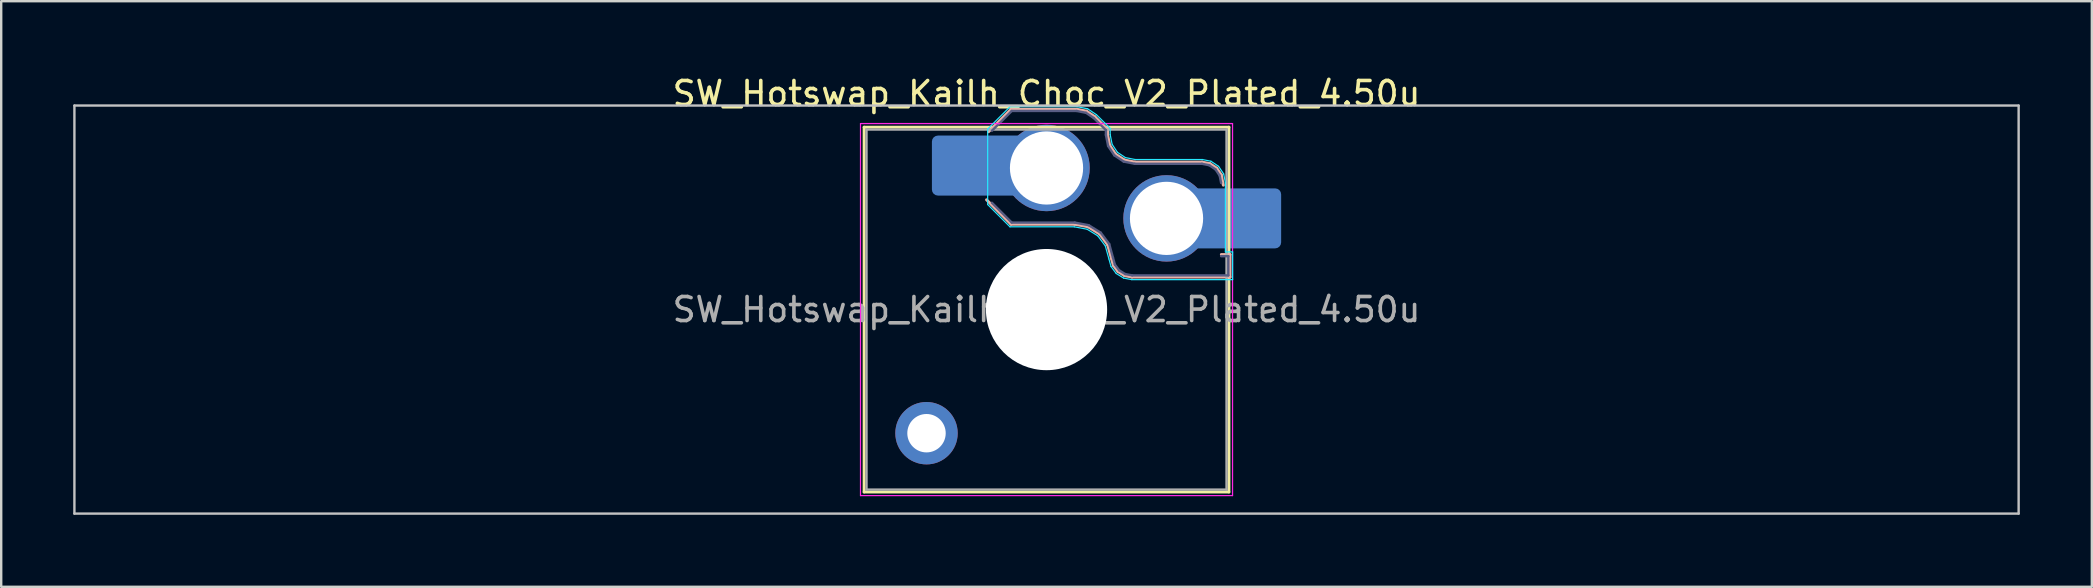
<source format=kicad_pcb>
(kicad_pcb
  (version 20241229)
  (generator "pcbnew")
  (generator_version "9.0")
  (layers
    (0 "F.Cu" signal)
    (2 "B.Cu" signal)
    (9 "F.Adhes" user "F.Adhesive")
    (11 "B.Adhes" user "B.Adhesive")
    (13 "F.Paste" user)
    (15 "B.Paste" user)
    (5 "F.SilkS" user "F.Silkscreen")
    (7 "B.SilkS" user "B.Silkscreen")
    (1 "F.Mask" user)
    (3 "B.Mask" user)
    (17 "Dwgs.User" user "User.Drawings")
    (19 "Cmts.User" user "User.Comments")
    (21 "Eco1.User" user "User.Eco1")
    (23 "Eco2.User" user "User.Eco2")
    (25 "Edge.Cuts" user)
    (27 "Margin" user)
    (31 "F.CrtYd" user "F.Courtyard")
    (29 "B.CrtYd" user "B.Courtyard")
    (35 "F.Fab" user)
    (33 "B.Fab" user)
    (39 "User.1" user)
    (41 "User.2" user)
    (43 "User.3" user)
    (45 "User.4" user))
  (footprint "SW_Hotswap_Kailh_Choc_V2_Plated_4.50u"
    (layer "F.Cu")
    (at 40.55 9.848)
    (property "Reference" "SW_Hotswap_Kailh_Choc_V2_Plated_4.50u" (at 0 -9 0) (layer "F.SilkS") (effects (font (size 1 1) (thickness 0.15))))
    (attr smd)
    (fp_line (start -7.6 -7.6) (end -7.6 7.6) (stroke (width 0.12) (type solid)) (layer "F.SilkS"))
    (fp_line (start -7.6 7.6) (end 7.6 7.6) (stroke (width 0.12) (type solid)) (layer "F.SilkS"))
    (fp_line (start 7.6 -7.6) (end -7.6 -7.6) (stroke (width 0.12) (type solid)) (layer "F.SilkS"))
    (fp_line (start 7.6 7.6) (end 7.6 -7.6) (stroke (width 0.12) (type solid)) (layer "F.SilkS"))
    (fp_line (start -2.416 -7.409) (end -1.479 -8.346) (stroke (width 0.12) (type solid)) (layer "B.SilkS"))
    (fp_line (start -1.479 -8.346) (end 1.268 -8.346) (stroke (width 0.12) (type solid)) (layer "B.SilkS"))
    (fp_line (start -1.479 -3.554) (end -2.5 -4.575) (stroke (width 0.12) (type solid)) (layer "B.SilkS"))
    (fp_line (start 1.168 -3.554) (end -1.479 -3.554) (stroke (width 0.12) (type solid)) (layer "B.SilkS"))
    (fp_line (start 1.268 -8.346) (end 1.671 -8.266) (stroke (width 0.12) (type solid)) (layer "B.SilkS"))
    (fp_line (start 1.671 -8.266) (end 2.013 -8.037) (stroke (width 0.12) (type solid)) (layer "B.SilkS"))
    (fp_line (start 1.73 -3.449) (end 1.168 -3.554) (stroke (width 0.12) (type solid)) (layer "B.SilkS"))
    (fp_line (start 2.013 -8.037) (end 2.546 -7.504) (stroke (width 0.12) (type solid)) (layer "B.SilkS"))
    (fp_line (start 2.209 -3.15) (end 1.73 -3.449) (stroke (width 0.12) (type solid)) (layer "B.SilkS"))
    (fp_line (start 2.546 -7.504) (end 2.546 -7.282) (stroke (width 0.12) (type solid)) (layer "B.SilkS"))
    (fp_line (start 2.546 -7.282) (end 2.633 -6.844) (stroke (width 0.12) (type solid)) (layer "B.SilkS"))
    (fp_line (start 2.547 -2.697) (end 2.209 -3.15) (stroke (width 0.12) (type solid)) (layer "B.SilkS"))
    (fp_line (start 2.633 -6.844) (end 2.877 -6.477) (stroke (width 0.12) (type solid)) (layer "B.SilkS"))
    (fp_line (start 2.701 -2.139) (end 2.547 -2.697) (stroke (width 0.12) (type solid)) (layer "B.SilkS"))
    (fp_line (start 2.783 -1.841) (end 2.701 -2.139) (stroke (width 0.12) (type solid)) (layer "B.SilkS"))
    (fp_line (start 2.877 -6.477) (end 3.244 -6.233) (stroke (width 0.12) (type solid)) (layer "B.SilkS"))
    (fp_line (start 2.976 -1.583) (end 2.783 -1.841) (stroke (width 0.12) (type solid)) (layer "B.SilkS"))
    (fp_line (start 3.244 -6.233) (end 3.682 -6.146) (stroke (width 0.12) (type solid)) (layer "B.SilkS"))
    (fp_line (start 3.25 -1.413) (end 2.976 -1.583) (stroke (width 0.12) (type solid)) (layer "B.SilkS"))
    (fp_line (start 3.56 -1.354) (end 3.25 -1.413) (stroke (width 0.12) (type solid)) (layer "B.SilkS"))
    (fp_line (start 3.682 -6.146) (end 6.482 -6.146) (stroke (width 0.12) (type solid)) (layer "B.SilkS"))
    (fp_line (start 6.482 -6.146) (end 6.809 -6.081) (stroke (width 0.12) (type solid)) (layer "B.SilkS"))
    (fp_line (start 6.809 -6.081) (end 7.092 -5.892) (stroke (width 0.12) (type solid)) (layer "B.SilkS"))
    (fp_line (start 7.092 -5.892) (end 7.281 -5.609) (stroke (width 0.12) (type solid)) (layer "B.SilkS"))
    (fp_line (start 7.281 -5.609) (end 7.366 -5.182) (stroke (width 0.12) (type solid)) (layer "B.SilkS"))
    (fp_line (start 7.283 -2.296) (end 7.646 -2.296) (stroke (width 0.12) (type solid)) (layer "B.SilkS"))
    (fp_line (start 7.646 -2.296) (end 7.646 -1.354) (stroke (width 0.12) (type solid)) (layer "B.SilkS"))
    (fp_line (start 7.646 -1.354) (end 3.56 -1.354) (stroke (width 0.12) (type solid)) (layer "B.SilkS"))
    (fp_line (start -40.5 -8.5) (end -40.5 8.5) (stroke (width 0.1) (type solid)) (layer "Dwgs.User"))
    (fp_line (start -40.5 8.5) (end 40.5 8.5) (stroke (width 0.1) (type solid)) (layer "Dwgs.User"))
    (fp_line (start 40.5 -8.5) (end -40.5 -8.5) (stroke (width 0.1) (type solid)) (layer "Dwgs.User"))
    (fp_line (start 40.5 8.5) (end 40.5 -8.5) (stroke (width 0.1) (type solid)) (layer "Dwgs.User"))
    (fp_line (start -7.25 -7.25) (end -7.25 7.25) (stroke (width 0.1) (type solid)) (layer "Eco1.User"))
    (fp_line (start -7.25 7.25) (end 7.25 7.25) (stroke (width 0.1) (type solid)) (layer "Eco1.User"))
    (fp_line (start 7.25 -7.25) (end -7.25 -7.25) (stroke (width 0.1) (type solid)) (layer "Eco1.User"))
    (fp_line (start 7.25 7.25) (end 7.25 -7.25) (stroke (width 0.1) (type solid)) (layer "Eco1.User"))
    (fp_line (start -2.452 -7.523) (end -1.523 -8.452) (stroke (width 0.05) (type solid)) (layer "B.CrtYd"))
    (fp_line (start -2.452 -4.377) (end -2.452 -7.523) (stroke (width 0.05) (type solid)) (layer "B.CrtYd"))
    (fp_line (start -1.523 -8.452) (end 1.278 -8.452) (stroke (width 0.05) (type solid)) (layer "B.CrtYd"))
    (fp_line (start -1.523 -3.448) (end -2.452 -4.377) (stroke (width 0.05) (type solid)) (layer "B.CrtYd"))
    (fp_line (start 1.159 -3.448) (end -1.523 -3.448) (stroke (width 0.05) (type solid)) (layer "B.CrtYd"))
    (fp_line (start 1.278 -8.452) (end 1.712 -8.366) (stroke (width 0.05) (type solid)) (layer "B.CrtYd"))
    (fp_line (start 1.691 -3.348) (end 1.159 -3.448) (stroke (width 0.05) (type solid)) (layer "B.CrtYd"))
    (fp_line (start 1.712 -8.366) (end 2.081 -8.119) (stroke (width 0.05) (type solid)) (layer "B.CrtYd"))
    (fp_line (start 2.081 -8.119) (end 2.652 -7.548) (stroke (width 0.05) (type solid)) (layer "B.CrtYd"))
    (fp_line (start 2.136 -3.071) (end 1.691 -3.348) (stroke (width 0.05) (type solid)) (layer "B.CrtYd"))
    (fp_line (start 2.45 -2.65) (end 2.136 -3.071) (stroke (width 0.05) (type solid)) (layer "B.CrtYd"))
    (fp_line (start 2.599 -2.111) (end 2.45 -2.65) (stroke (width 0.05) (type solid)) (layer "B.CrtYd"))
    (fp_line (start 2.652 -7.548) (end 2.652 -7.292) (stroke (width 0.05) (type solid)) (layer "B.CrtYd"))
    (fp_line (start 2.652 -7.292) (end 2.733 -6.885) (stroke (width 0.05) (type solid)) (layer "B.CrtYd"))
    (fp_line (start 2.687 -1.794) (end 2.599 -2.111) (stroke (width 0.05) (type solid)) (layer "B.CrtYd"))
    (fp_line (start 2.733 -6.885) (end 2.953 -6.553) (stroke (width 0.05) (type solid)) (layer "B.CrtYd"))
    (fp_line (start 2.903 -1.503) (end 2.687 -1.794) (stroke (width 0.05) (type solid)) (layer "B.CrtYd"))
    (fp_line (start 2.953 -6.553) (end 3.285 -6.333) (stroke (width 0.05) (type solid)) (layer "B.CrtYd"))
    (fp_line (start 3.211 -1.312) (end 2.903 -1.503) (stroke (width 0.05) (type solid)) (layer "B.CrtYd"))
    (fp_line (start 3.285 -6.333) (end 3.692 -6.252) (stroke (width 0.05) (type solid)) (layer "B.CrtYd"))
    (fp_line (start 3.55 -1.248) (end 3.211 -1.312) (stroke (width 0.05) (type solid)) (layer "B.CrtYd"))
    (fp_line (start 3.692 -6.252) (end 6.492 -6.252) (stroke (width 0.05) (type solid)) (layer "B.CrtYd"))
    (fp_line (start 6.492 -6.252) (end 6.85 -6.181) (stroke (width 0.05) (type solid)) (layer "B.CrtYd"))
    (fp_line (start 6.85 -6.181) (end 7.168 -5.968) (stroke (width 0.05) (type solid)) (layer "B.CrtYd"))
    (fp_line (start 7.168 -5.968) (end 7.381 -5.65) (stroke (width 0.05) (type solid)) (layer "B.CrtYd"))
    (fp_line (start 7.381 -5.65) (end 7.452 -5.292) (stroke (width 0.05) (type solid)) (layer "B.CrtYd"))
    (fp_line (start 7.452 -5.292) (end 7.452 -2.402) (stroke (width 0.05) (type solid)) (layer "B.CrtYd"))
    (fp_line (start 7.452 -2.402) (end 7.752 -2.402) (stroke (width 0.05) (type solid)) (layer "B.CrtYd"))
    (fp_line (start 7.752 -2.402) (end 7.752 -1.248) (stroke (width 0.05) (type solid)) (layer "B.CrtYd"))
    (fp_line (start 7.752 -1.248) (end 3.55 -1.248) (stroke (width 0.05) (type solid)) (layer "B.CrtYd"))
    (fp_line (start -7.75 -7.75) (end -7.75 7.75) (stroke (width 0.05) (type solid)) (layer "F.CrtYd"))
    (fp_line (start -7.75 7.75) (end 7.75 7.75) (stroke (width 0.05) (type solid)) (layer "F.CrtYd"))
    (fp_line (start 7.75 -7.75) (end -7.75 -7.75) (stroke (width 0.05) (type solid)) (layer "F.CrtYd"))
    (fp_line (start 7.75 7.75) (end 7.75 -7.75) (stroke (width 0.05) (type solid)) (layer "F.CrtYd"))
    (fp_line (start -2.275 -7.45) (end -1.45 -8.275) (stroke (width 0.1) (type solid)) (layer "B.Fab"))
    (fp_line (start -1.45 -8.275) (end 1.261 -8.275) (stroke (width 0.1) (type solid)) (layer "B.Fab"))
    (fp_line (start -1.45 -3.625) (end -2.275 -4.45) (stroke (width 0.1) (type solid)) (layer "B.Fab"))
    (fp_line (start 1.175 -3.625) (end -1.45 -3.625) (stroke (width 0.1) (type solid)) (layer "B.Fab"))
    (fp_line (start 1.261 -8.275) (end 1.643 -8.199) (stroke (width 0.1) (type solid)) (layer "B.Fab"))
    (fp_line (start 1.643 -8.199) (end 1.968 -7.982) (stroke (width 0.1) (type solid)) (layer "B.Fab"))
    (fp_line (start 1.756 -3.516) (end 1.175 -3.625) (stroke (width 0.1) (type solid)) (layer "B.Fab"))
    (fp_line (start 1.968 -7.982) (end 2.475 -7.475) (stroke (width 0.1) (type solid)) (layer "B.Fab"))
    (fp_line (start 2.258 -3.203) (end 1.756 -3.516) (stroke (width 0.1) (type solid)) (layer "B.Fab"))
    (fp_line (start 2.475 -7.475) (end 2.475 -7.275) (stroke (width 0.1) (type solid)) (layer "B.Fab"))
    (fp_line (start 2.475 -7.275) (end 2.566 -6.816) (stroke (width 0.1) (type solid)) (layer "B.Fab"))
    (fp_line (start 2.566 -6.816) (end 2.826 -6.426) (stroke (width 0.1) (type solid)) (layer "B.Fab"))
    (fp_line (start 2.612 -2.729) (end 2.258 -3.203) (stroke (width 0.1) (type solid)) (layer "B.Fab"))
    (fp_line (start 2.769 -2.158) (end 2.612 -2.729) (stroke (width 0.1) (type solid)) (layer "B.Fab"))
    (fp_line (start 2.826 -6.426) (end 3.216 -6.166) (stroke (width 0.1) (type solid)) (layer "B.Fab"))
    (fp_line (start 2.848 -1.873) (end 2.769 -2.158) (stroke (width 0.1) (type solid)) (layer "B.Fab"))
    (fp_line (start 3.025 -1.636) (end 2.848 -1.873) (stroke (width 0.1) (type solid)) (layer "B.Fab"))
    (fp_line (start 3.216 -6.166) (end 3.675 -6.075) (stroke (width 0.1) (type solid)) (layer "B.Fab"))
    (fp_line (start 3.276 -1.48) (end 3.025 -1.636) (stroke (width 0.1) (type solid)) (layer "B.Fab"))
    (fp_line (start 3.567 -1.425) (end 3.276 -1.48) (stroke (width 0.1) (type solid)) (layer "B.Fab"))
    (fp_line (start 3.675 -6.075) (end 6.475 -6.075) (stroke (width 0.1) (type solid)) (layer "B.Fab"))
    (fp_line (start 6.475 -6.075) (end 6.781 -6.014) (stroke (width 0.1) (type solid)) (layer "B.Fab"))
    (fp_line (start 6.781 -6.014) (end 7.041 -5.841) (stroke (width 0.1) (type solid)) (layer "B.Fab"))
    (fp_line (start 7.041 -5.841) (end 7.214 -5.581) (stroke (width 0.1) (type solid)) (layer "B.Fab"))
    (fp_line (start 7.214 -5.581) (end 7.275 -5.275) (stroke (width 0.1) (type solid)) (layer "B.Fab"))
    (fp_line (start 7.275 -2.225) (end 7.575 -2.225) (stroke (width 0.1) (type solid)) (layer "B.Fab"))
    (fp_line (start 7.575 -2.225) (end 7.575 -1.425) (stroke (width 0.1) (type solid)) (layer "B.Fab"))
    (fp_line (start 7.575 -1.425) (end 3.567 -1.425) (stroke (width 0.1) (type solid)) (layer "B.Fab"))
    (fp_line (start -7.5 -7.5) (end -7.5 7.5) (stroke (width 0.1) (type solid)) (layer "F.Fab"))
    (fp_line (start -7.5 7.5) (end 7.5 7.5) (stroke (width 0.1) (type solid)) (layer "F.Fab"))
    (fp_line (start 7.5 -7.5) (end -7.5 -7.5) (stroke (width 0.1) (type solid)) (layer "F.Fab"))
    (fp_line (start 7.5 7.5) (end 7.5 -7.5) (stroke (width 0.1) (type solid)) (layer "F.Fab"))
    (fp_text user "${REFERENCE}" (at 0 0 0) (layer "F.Fab") (effects (font (size 1 1) (thickness 0.15))))
    (pad "" thru_hole circle (at -5 5.15) (size 2.6 2.6) (drill 1.6) (layers "*.Cu" "*.Mask"))
    (pad "" smd roundrect (at -3.5 -6) (size 2.55 2.5) (layers "B.Mask" "B.Paste") (roundrect_rratio 0.1))
    (pad "" np_thru_hole circle (at 0 0) (size 5.05 5.05) (drill 5.05) (layers "*.Cu" "*.Mask"))
    (pad "" smd roundrect (at 8.5 -3.8) (size 2.55 2.5) (layers "B.Mask" "B.Paste") (roundrect_rratio 0.1))
    (pad "1" smd roundrect (at -2.85 -6) (size 3.85 2.5) (layers "B.Cu") (roundrect_rratio 0.1))
    (pad "1" thru_hole circle (at 0 -5.9) (size 3.6 3.6) (drill 3.05) (layers "*.Cu" "*.Mask"))
    (pad "2" thru_hole circle (at 5 -3.8) (size 3.6 3.6) (drill 3.05) (layers "*.Cu" "*.Mask"))
    (pad "2" smd roundrect (at 7.85 -3.8) (size 3.85 2.5) (layers "B.Cu") (roundrect_rratio 0.1)))
  (gr_rect
    (start -3 -3)
    (end 84.1 21.398)
    (stroke (width 0.1) (type default))
    (fill no)
    (layer "Edge.Cuts")))
</source>
